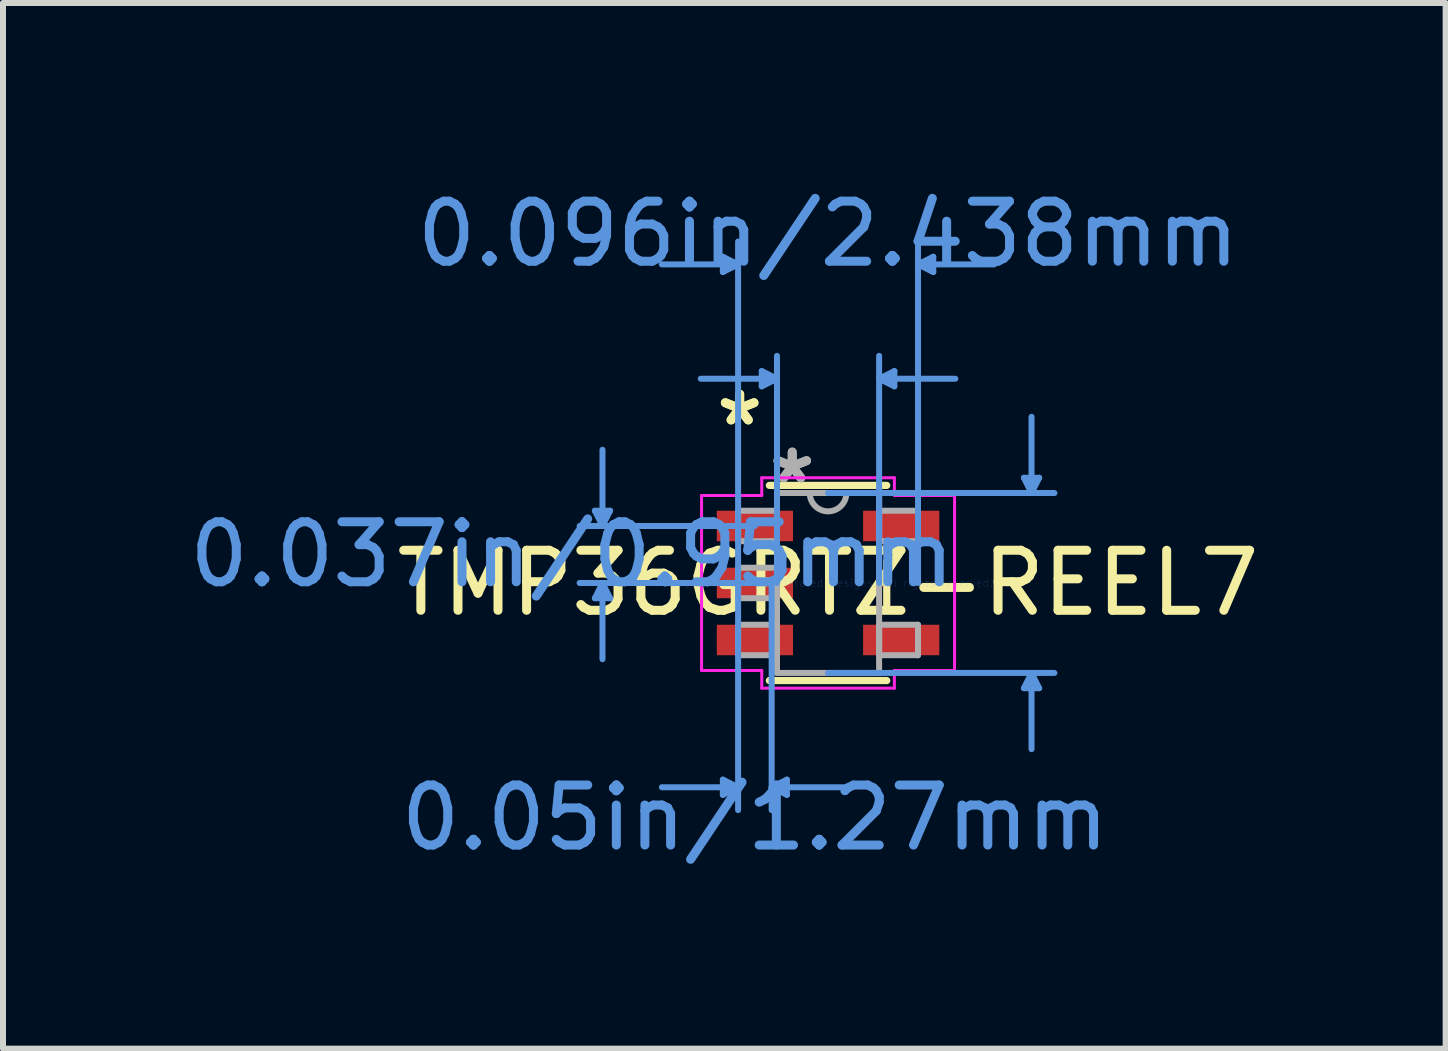
<source format=kicad_pcb>
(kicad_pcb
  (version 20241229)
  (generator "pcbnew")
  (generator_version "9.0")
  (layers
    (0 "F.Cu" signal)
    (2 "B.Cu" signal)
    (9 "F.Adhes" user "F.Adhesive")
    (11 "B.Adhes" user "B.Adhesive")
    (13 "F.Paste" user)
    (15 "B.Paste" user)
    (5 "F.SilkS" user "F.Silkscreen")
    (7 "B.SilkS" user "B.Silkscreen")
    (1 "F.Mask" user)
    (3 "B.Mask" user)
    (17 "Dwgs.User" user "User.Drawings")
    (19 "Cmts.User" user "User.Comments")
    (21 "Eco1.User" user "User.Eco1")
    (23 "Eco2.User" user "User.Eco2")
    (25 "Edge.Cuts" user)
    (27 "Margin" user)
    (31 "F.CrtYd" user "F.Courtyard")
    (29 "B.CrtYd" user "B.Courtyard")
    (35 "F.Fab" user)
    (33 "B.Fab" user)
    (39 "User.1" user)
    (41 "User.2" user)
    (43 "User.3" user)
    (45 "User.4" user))
  (footprint "TMP36GRTZ-REEL7"
    (layer "F.Cu")
    (at 10.749 6.665)
    (property "Reference" "TMP36GRTZ-REEL7" (at 0 0 0) (layer "F.SilkS") (effects (font (size 1 1) (thickness 0.15))))
    (attr smd)
    (fp_line (start -0.978 1.626) (end 0.978 1.626) (stroke (width 0.12) (type solid)) (layer "F.SilkS"))
    (fp_line (start 0.978 -1.626) (end -0.978 -1.626) (stroke (width 0.12) (type solid)) (layer "F.SilkS"))
    (fp_line (start 0.978 0.363) (end 0.978 -0.363) (stroke (width 0.12) (type solid)) (layer "F.SilkS"))
    (fp_line (start -3.886 -1.204) (end -3.632 -1.204) (stroke (width 0.1) (type solid)) (layer "Cmts.User"))
    (fp_line (start -3.886 0.254) (end -3.632 0.254) (stroke (width 0.1) (type solid)) (layer "Cmts.User"))
    (fp_line (start -3.759 -0.95) (end -3.886 -1.204) (stroke (width 0.1) (type solid)) (layer "Cmts.User"))
    (fp_line (start -3.759 -0.95) (end -3.759 -2.22) (stroke (width 0.1) (type solid)) (layer "Cmts.User"))
    (fp_line (start -3.759 -0.95) (end -3.632 -1.204) (stroke (width 0.1) (type solid)) (layer "Cmts.User"))
    (fp_line (start -3.759 0) (end -3.886 0.254) (stroke (width 0.1) (type solid)) (layer "Cmts.User"))
    (fp_line (start -3.759 0) (end -3.759 1.27) (stroke (width 0.1) (type solid)) (layer "Cmts.User"))
    (fp_line (start -3.759 0) (end -3.632 0.254) (stroke (width 0.1) (type solid)) (layer "Cmts.User"))
    (fp_line (start -1.753 -5.436) (end -1.753 -5.182) (stroke (width 0.1) (type solid)) (layer "Cmts.User"))
    (fp_line (start -1.753 3.277) (end -1.753 3.531) (stroke (width 0.1) (type solid)) (layer "Cmts.User"))
    (fp_line (start -1.499 -5.309) (end -2.769 -5.309) (stroke (width 0.1) (type solid)) (layer "Cmts.User"))
    (fp_line (start -1.499 -5.309) (end -1.753 -5.436) (stroke (width 0.1) (type solid)) (layer "Cmts.User"))
    (fp_line (start -1.499 -5.309) (end -1.753 -5.182) (stroke (width 0.1) (type solid)) (layer "Cmts.User"))
    (fp_line (start -1.499 0) (end -1.499 -5.69) (stroke (width 0.1) (type solid)) (layer "Cmts.User"))
    (fp_line (start -1.499 0) (end -1.499 3.785) (stroke (width 0.1) (type solid)) (layer "Cmts.User"))
    (fp_line (start -1.499 3.404) (end -2.769 3.404) (stroke (width 0.1) (type solid)) (layer "Cmts.User"))
    (fp_line (start -1.499 3.404) (end -1.753 3.277) (stroke (width 0.1) (type solid)) (layer "Cmts.User"))
    (fp_line (start -1.499 3.404) (end -1.753 3.531) (stroke (width 0.1) (type solid)) (layer "Cmts.User"))
    (fp_line (start -1.219 -0.95) (end -4.14 -0.95) (stroke (width 0.1) (type solid)) (layer "Cmts.User"))
    (fp_line (start -1.219 0) (end -4.14 0) (stroke (width 0.1) (type solid)) (layer "Cmts.User"))
    (fp_line (start -1.105 -3.531) (end -1.105 -3.277) (stroke (width 0.1) (type solid)) (layer "Cmts.User"))
    (fp_line (start -0.94 0) (end -0.94 3.785) (stroke (width 0.1) (type solid)) (layer "Cmts.User"))
    (fp_line (start -0.94 3.404) (end -0.686 3.277) (stroke (width 0.1) (type solid)) (layer "Cmts.User"))
    (fp_line (start -0.94 3.404) (end -0.686 3.531) (stroke (width 0.1) (type solid)) (layer "Cmts.User"))
    (fp_line (start -0.94 3.404) (end 0.33 3.404) (stroke (width 0.1) (type solid)) (layer "Cmts.User"))
    (fp_line (start -0.851 -3.404) (end -2.121 -3.404) (stroke (width 0.1) (type solid)) (layer "Cmts.User"))
    (fp_line (start -0.851 -3.404) (end -1.105 -3.531) (stroke (width 0.1) (type solid)) (layer "Cmts.User"))
    (fp_line (start -0.851 -3.404) (end -1.105 -3.277) (stroke (width 0.1) (type solid)) (layer "Cmts.User"))
    (fp_line (start -0.851 0) (end -0.851 -3.785) (stroke (width 0.1) (type solid)) (layer "Cmts.User"))
    (fp_line (start -0.686 3.277) (end -0.686 3.531) (stroke (width 0.1) (type solid)) (layer "Cmts.User"))
    (fp_line (start 0 -1.499) (end 3.772 -1.499) (stroke (width 0.1) (type solid)) (layer "Cmts.User"))
    (fp_line (start 0 1.499) (end 3.772 1.499) (stroke (width 0.1) (type solid)) (layer "Cmts.User"))
    (fp_line (start 0.851 -3.404) (end 1.105 -3.531) (stroke (width 0.1) (type solid)) (layer "Cmts.User"))
    (fp_line (start 0.851 -3.404) (end 1.105 -3.277) (stroke (width 0.1) (type solid)) (layer "Cmts.User"))
    (fp_line (start 0.851 -3.404) (end 2.121 -3.404) (stroke (width 0.1) (type solid)) (layer "Cmts.User"))
    (fp_line (start 0.851 0) (end 0.851 -3.785) (stroke (width 0.1) (type solid)) (layer "Cmts.User"))
    (fp_line (start 1.105 -3.531) (end 1.105 -3.277) (stroke (width 0.1) (type solid)) (layer "Cmts.User"))
    (fp_line (start 1.499 -5.309) (end 1.753 -5.436) (stroke (width 0.1) (type solid)) (layer "Cmts.User"))
    (fp_line (start 1.499 -5.309) (end 1.753 -5.182) (stroke (width 0.1) (type solid)) (layer "Cmts.User"))
    (fp_line (start 1.499 -5.309) (end 2.769 -5.309) (stroke (width 0.1) (type solid)) (layer "Cmts.User"))
    (fp_line (start 1.499 0) (end 1.499 -5.69) (stroke (width 0.1) (type solid)) (layer "Cmts.User"))
    (fp_line (start 1.753 -5.436) (end 1.753 -5.182) (stroke (width 0.1) (type solid)) (layer "Cmts.User"))
    (fp_line (start 3.264 -1.753) (end 3.518 -1.753) (stroke (width 0.1) (type solid)) (layer "Cmts.User"))
    (fp_line (start 3.264 1.753) (end 3.518 1.753) (stroke (width 0.1) (type solid)) (layer "Cmts.User"))
    (fp_line (start 3.391 -1.499) (end 3.264 -1.753) (stroke (width 0.1) (type solid)) (layer "Cmts.User"))
    (fp_line (start 3.391 -1.499) (end 3.391 -2.769) (stroke (width 0.1) (type solid)) (layer "Cmts.User"))
    (fp_line (start 3.391 -1.499) (end 3.518 -1.753) (stroke (width 0.1) (type solid)) (layer "Cmts.User"))
    (fp_line (start 3.391 1.499) (end 3.264 1.753) (stroke (width 0.1) (type solid)) (layer "Cmts.User"))
    (fp_line (start 3.391 1.499) (end 3.391 2.769) (stroke (width 0.1) (type solid)) (layer "Cmts.User"))
    (fp_line (start 3.391 1.499) (end 3.518 1.753) (stroke (width 0.1) (type solid)) (layer "Cmts.User"))
    (fp_line (start -2.108 -1.458) (end -1.105 -1.458) (stroke (width 0.05) (type solid)) (layer "F.CrtYd"))
    (fp_line (start -2.108 1.458) (end -2.108 -1.458) (stroke (width 0.05) (type solid)) (layer "F.CrtYd"))
    (fp_line (start -1.105 -1.753) (end 1.105 -1.753) (stroke (width 0.05) (type solid)) (layer "F.CrtYd"))
    (fp_line (start -1.105 -1.458) (end -1.105 -1.753) (stroke (width 0.05) (type solid)) (layer "F.CrtYd"))
    (fp_line (start -1.105 1.458) (end -2.108 1.458) (stroke (width 0.05) (type solid)) (layer "F.CrtYd"))
    (fp_line (start -1.105 1.753) (end -1.105 1.458) (stroke (width 0.05) (type solid)) (layer "F.CrtYd"))
    (fp_line (start 1.105 -1.753) (end 1.105 -1.458) (stroke (width 0.05) (type solid)) (layer "F.CrtYd"))
    (fp_line (start 1.105 -1.458) (end 2.108 -1.458) (stroke (width 0.05) (type solid)) (layer "F.CrtYd"))
    (fp_line (start 1.105 1.458) (end 1.105 1.753) (stroke (width 0.05) (type solid)) (layer "F.CrtYd"))
    (fp_line (start 1.105 1.753) (end -1.105 1.753) (stroke (width 0.05) (type solid)) (layer "F.CrtYd"))
    (fp_line (start 2.108 -1.458) (end 2.108 1.458) (stroke (width 0.05) (type solid)) (layer "F.CrtYd"))
    (fp_line (start 2.108 1.458) (end 1.105 1.458) (stroke (width 0.05) (type solid)) (layer "F.CrtYd"))
    (fp_line (start -1.499 -1.204) (end -1.499 -0.696) (stroke (width 0.1) (type solid)) (layer "F.Fab"))
    (fp_line (start -1.499 -0.696) (end -0.851 -0.696) (stroke (width 0.1) (type solid)) (layer "F.Fab"))
    (fp_line (start -1.499 -0.254) (end -1.499 0.254) (stroke (width 0.1) (type solid)) (layer "F.Fab"))
    (fp_line (start -1.499 0.254) (end -0.851 0.254) (stroke (width 0.1) (type solid)) (layer "F.Fab"))
    (fp_line (start -1.499 0.696) (end -1.499 1.204) (stroke (width 0.1) (type solid)) (layer "F.Fab"))
    (fp_line (start -1.499 1.204) (end -0.851 1.204) (stroke (width 0.1) (type solid)) (layer "F.Fab"))
    (fp_line (start -0.851 -1.499) (end -0.851 1.499) (stroke (width 0.1) (type solid)) (layer "F.Fab"))
    (fp_line (start -0.851 -1.204) (end -1.499 -1.204) (stroke (width 0.1) (type solid)) (layer "F.Fab"))
    (fp_line (start -0.851 -0.696) (end -0.851 -1.204) (stroke (width 0.1) (type solid)) (layer "F.Fab"))
    (fp_line (start -0.851 -0.254) (end -1.499 -0.254) (stroke (width 0.1) (type solid)) (layer "F.Fab"))
    (fp_line (start -0.851 0.254) (end -0.851 -0.254) (stroke (width 0.1) (type solid)) (layer "F.Fab"))
    (fp_line (start -0.851 0.696) (end -1.499 0.696) (stroke (width 0.1) (type solid)) (layer "F.Fab"))
    (fp_line (start -0.851 1.204) (end -0.851 0.696) (stroke (width 0.1) (type solid)) (layer "F.Fab"))
    (fp_line (start -0.851 1.499) (end 0.851 1.499) (stroke (width 0.1) (type solid)) (layer "F.Fab"))
    (fp_line (start 0.851 -1.499) (end -0.851 -1.499) (stroke (width 0.1) (type solid)) (layer "F.Fab"))
    (fp_line (start 0.851 -1.204) (end 0.851 -0.696) (stroke (width 0.1) (type solid)) (layer "F.Fab"))
    (fp_line (start 0.851 -0.696) (end 1.499 -0.696) (stroke (width 0.1) (type solid)) (layer "F.Fab"))
    (fp_line (start 0.851 0.696) (end 0.851 1.204) (stroke (width 0.1) (type solid)) (layer "F.Fab"))
    (fp_line (start 0.851 1.204) (end 1.499 1.204) (stroke (width 0.1) (type solid)) (layer "F.Fab"))
    (fp_line (start 0.851 1.499) (end 0.851 -1.499) (stroke (width 0.1) (type solid)) (layer "F.Fab"))
    (fp_line (start 1.499 -1.204) (end 0.851 -1.204) (stroke (width 0.1) (type solid)) (layer "F.Fab"))
    (fp_line (start 1.499 -0.696) (end 1.499 -1.204) (stroke (width 0.1) (type solid)) (layer "F.Fab"))
    (fp_line (start 1.499 0.696) (end 0.851 0.696) (stroke (width 0.1) (type solid)) (layer "F.Fab"))
    (fp_line (start 1.499 1.204) (end 1.499 0.696) (stroke (width 0.1) (type solid)) (layer "F.Fab"))
    (fp_arc (start 0.3048 -1.4986) (mid 0 -1.1938) (end -0.3048 -1.4986) (stroke (width 0.1) (type solid)) (layer "F.Fab"))
    (fp_text user "*" (at -1.473 -2.601 0) (layer "F.SilkS") (effects (font (size 1 1) (thickness 0.15))))
    (fp_text user "*" (at -1.473 -2.601 0) (layer "F.SilkS") (effects (font (size 1 1) (thickness 0.15))))
    (fp_text user "0.096in/2.438mm" (at 0 -5.817 0) (layer "Cmts.User") (effects (font (size 1 1) (thickness 0.15))))
    (fp_text user "0.037in/0.95mm" (at -4.267 -0.475 0) (layer "Cmts.User") (effects (font (size 1 1) (thickness 0.15))))
    (fp_text user "0.05in/1.27mm" (at -1.219 3.912 0) (layer "Cmts.User") (effects (font (size 1 1) (thickness 0.15))))
    (fp_text user "Copyright 2021 Accelerated Designs. All rights reserved." (at 0 0 0) (layer "Cmts.User") (effects (font (size 0.127 0.127) (thickness 0.002))))
    (fp_text user "*" (at -0.597 -1.636 0) (layer "F.Fab") (effects (font (size 1 1) (thickness 0.15))))
    (fp_text user "*" (at -0.597 -1.636 0) (layer "F.Fab") (effects (font (size 1 1) (thickness 0.15))))
    (pad "1" smd rect (at -1.219 -0.95) (size 1.27 0.508) (layers "F.Cu" "F.Mask" "F.Paste"))
    (pad "2" smd rect (at -1.219 0) (size 1.27 0.508) (layers "F.Cu" "F.Mask" "F.Paste"))
    (pad "3" smd rect (at -1.219 0.95) (size 1.27 0.508) (layers "F.Cu" "F.Mask" "F.Paste"))
    (pad "4" smd rect (at 1.219 0.95) (size 1.27 0.508) (layers "F.Cu" "F.Mask" "F.Paste"))
    (pad "5" smd rect (at 1.219 -0.95) (size 1.27 0.508) (layers "F.Cu" "F.Mask" "F.Paste")))
  (gr_rect
    (start -3 -3)
    (end 21.041 14.425)
    (stroke (width 0.1) (type default))
    (fill no)
    (layer "Edge.Cuts")))
</source>
